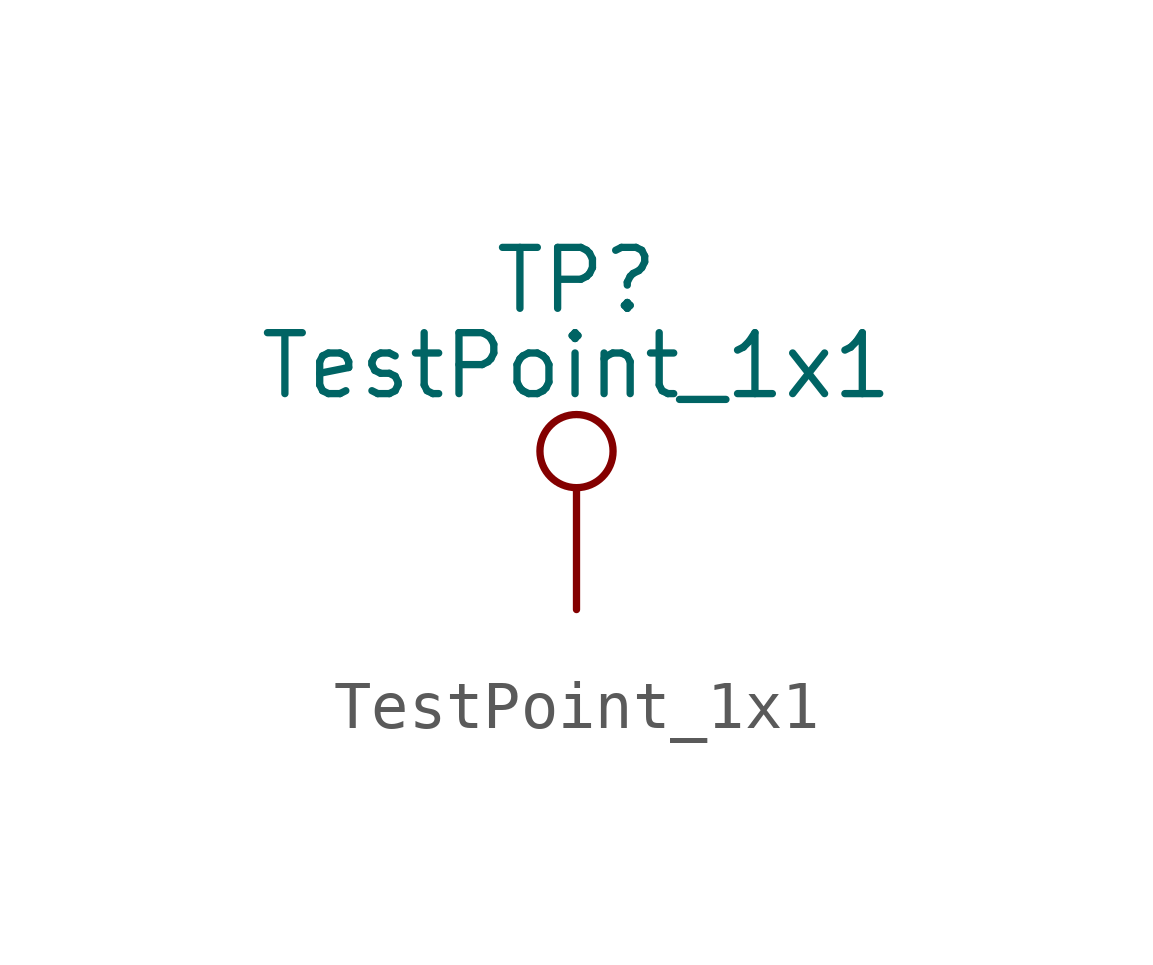
<source format=kicad_sym>
(kicad_symbol_lib
  (version 20231120)
  (generator "kicad_symbol_editor")
  (generator_version "8.0")
  (symbol "TestPoint_1x1"
    (pin_numbers hide)
    (pin_names
      (offset 0.762) hide)
    (property "Reference" "TP"
      (at 0 6.858 0)
      (effects (font (size 1.27 1.27))))
    (property "Value" "TestPoint_1x1"
      (at 0 5.08 0)
      (effects (font (size 1.27 1.27))))
    (symbol "TestPoint_1x1_0_1"
      (circle (center 0 3.302) (radius 0.762) (stroke (width 0) (type default)) (fill (type none))))
    (symbol "TestPoint_1x1_1_1"
      (pin passive line (at 0 0 90) (length 2.54) (name "1" (effects (font (size 1.27 1.27)))) (number "1" (effects (font (size 1.27 1.27))))))))
</source>
